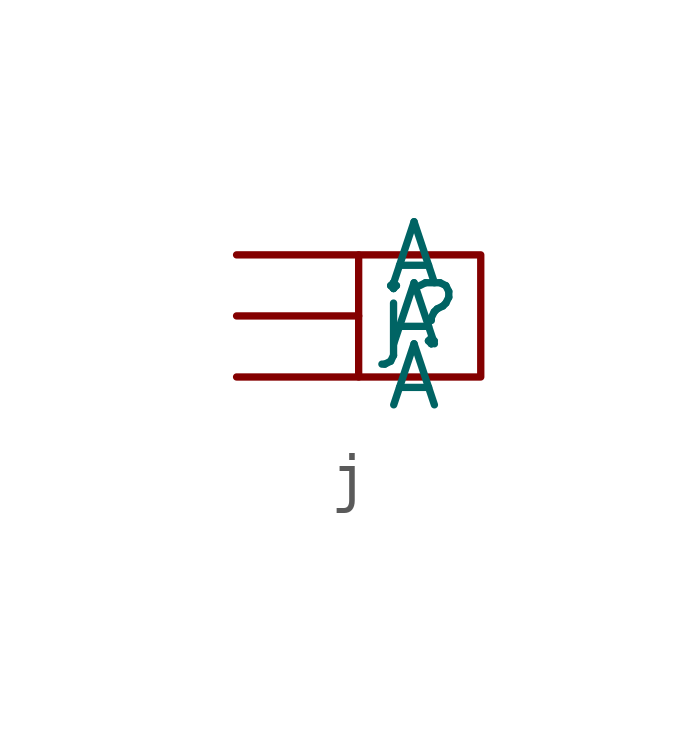
<source format=kicad_sym>
(kicad_symbol_lib
  (version 20220914)
  (generator kicad_symbol_editor)
  (symbol "j"
    (property "Reference" "j"
      (at 0 0 0)
      (effects (font (size 1.27 1.27))))
    (property "Value" ""
      (at 0 0 0)
      (effects (font (size 1.27 1.27))))
    (symbol "j_0_1"
      (rectangle (start -1.27 1.27) (end 1.27 -1.27) (stroke (width 0) (type default)) (fill (type none))))
    (symbol "j_1_1"
      (pin passive line (at -3.81 -1.27 0) (length 2.54) (name "A" (effects (font (size 1.27 1.27)))) (number "" (effects (font (size 1.27 1.27)))))
      (pin passive line (at -3.81 0 0) (length 2.54) (name "A" (effects (font (size 1.27 1.27)))) (number "" (effects (font (size 1.27 1.27)))))
      (pin passive line (at -3.81 1.27 0) (length 2.54) (name "A" (effects (font (size 1.27 1.27)))) (number "" (effects (font (size 1.27 1.27))))))))
</source>
